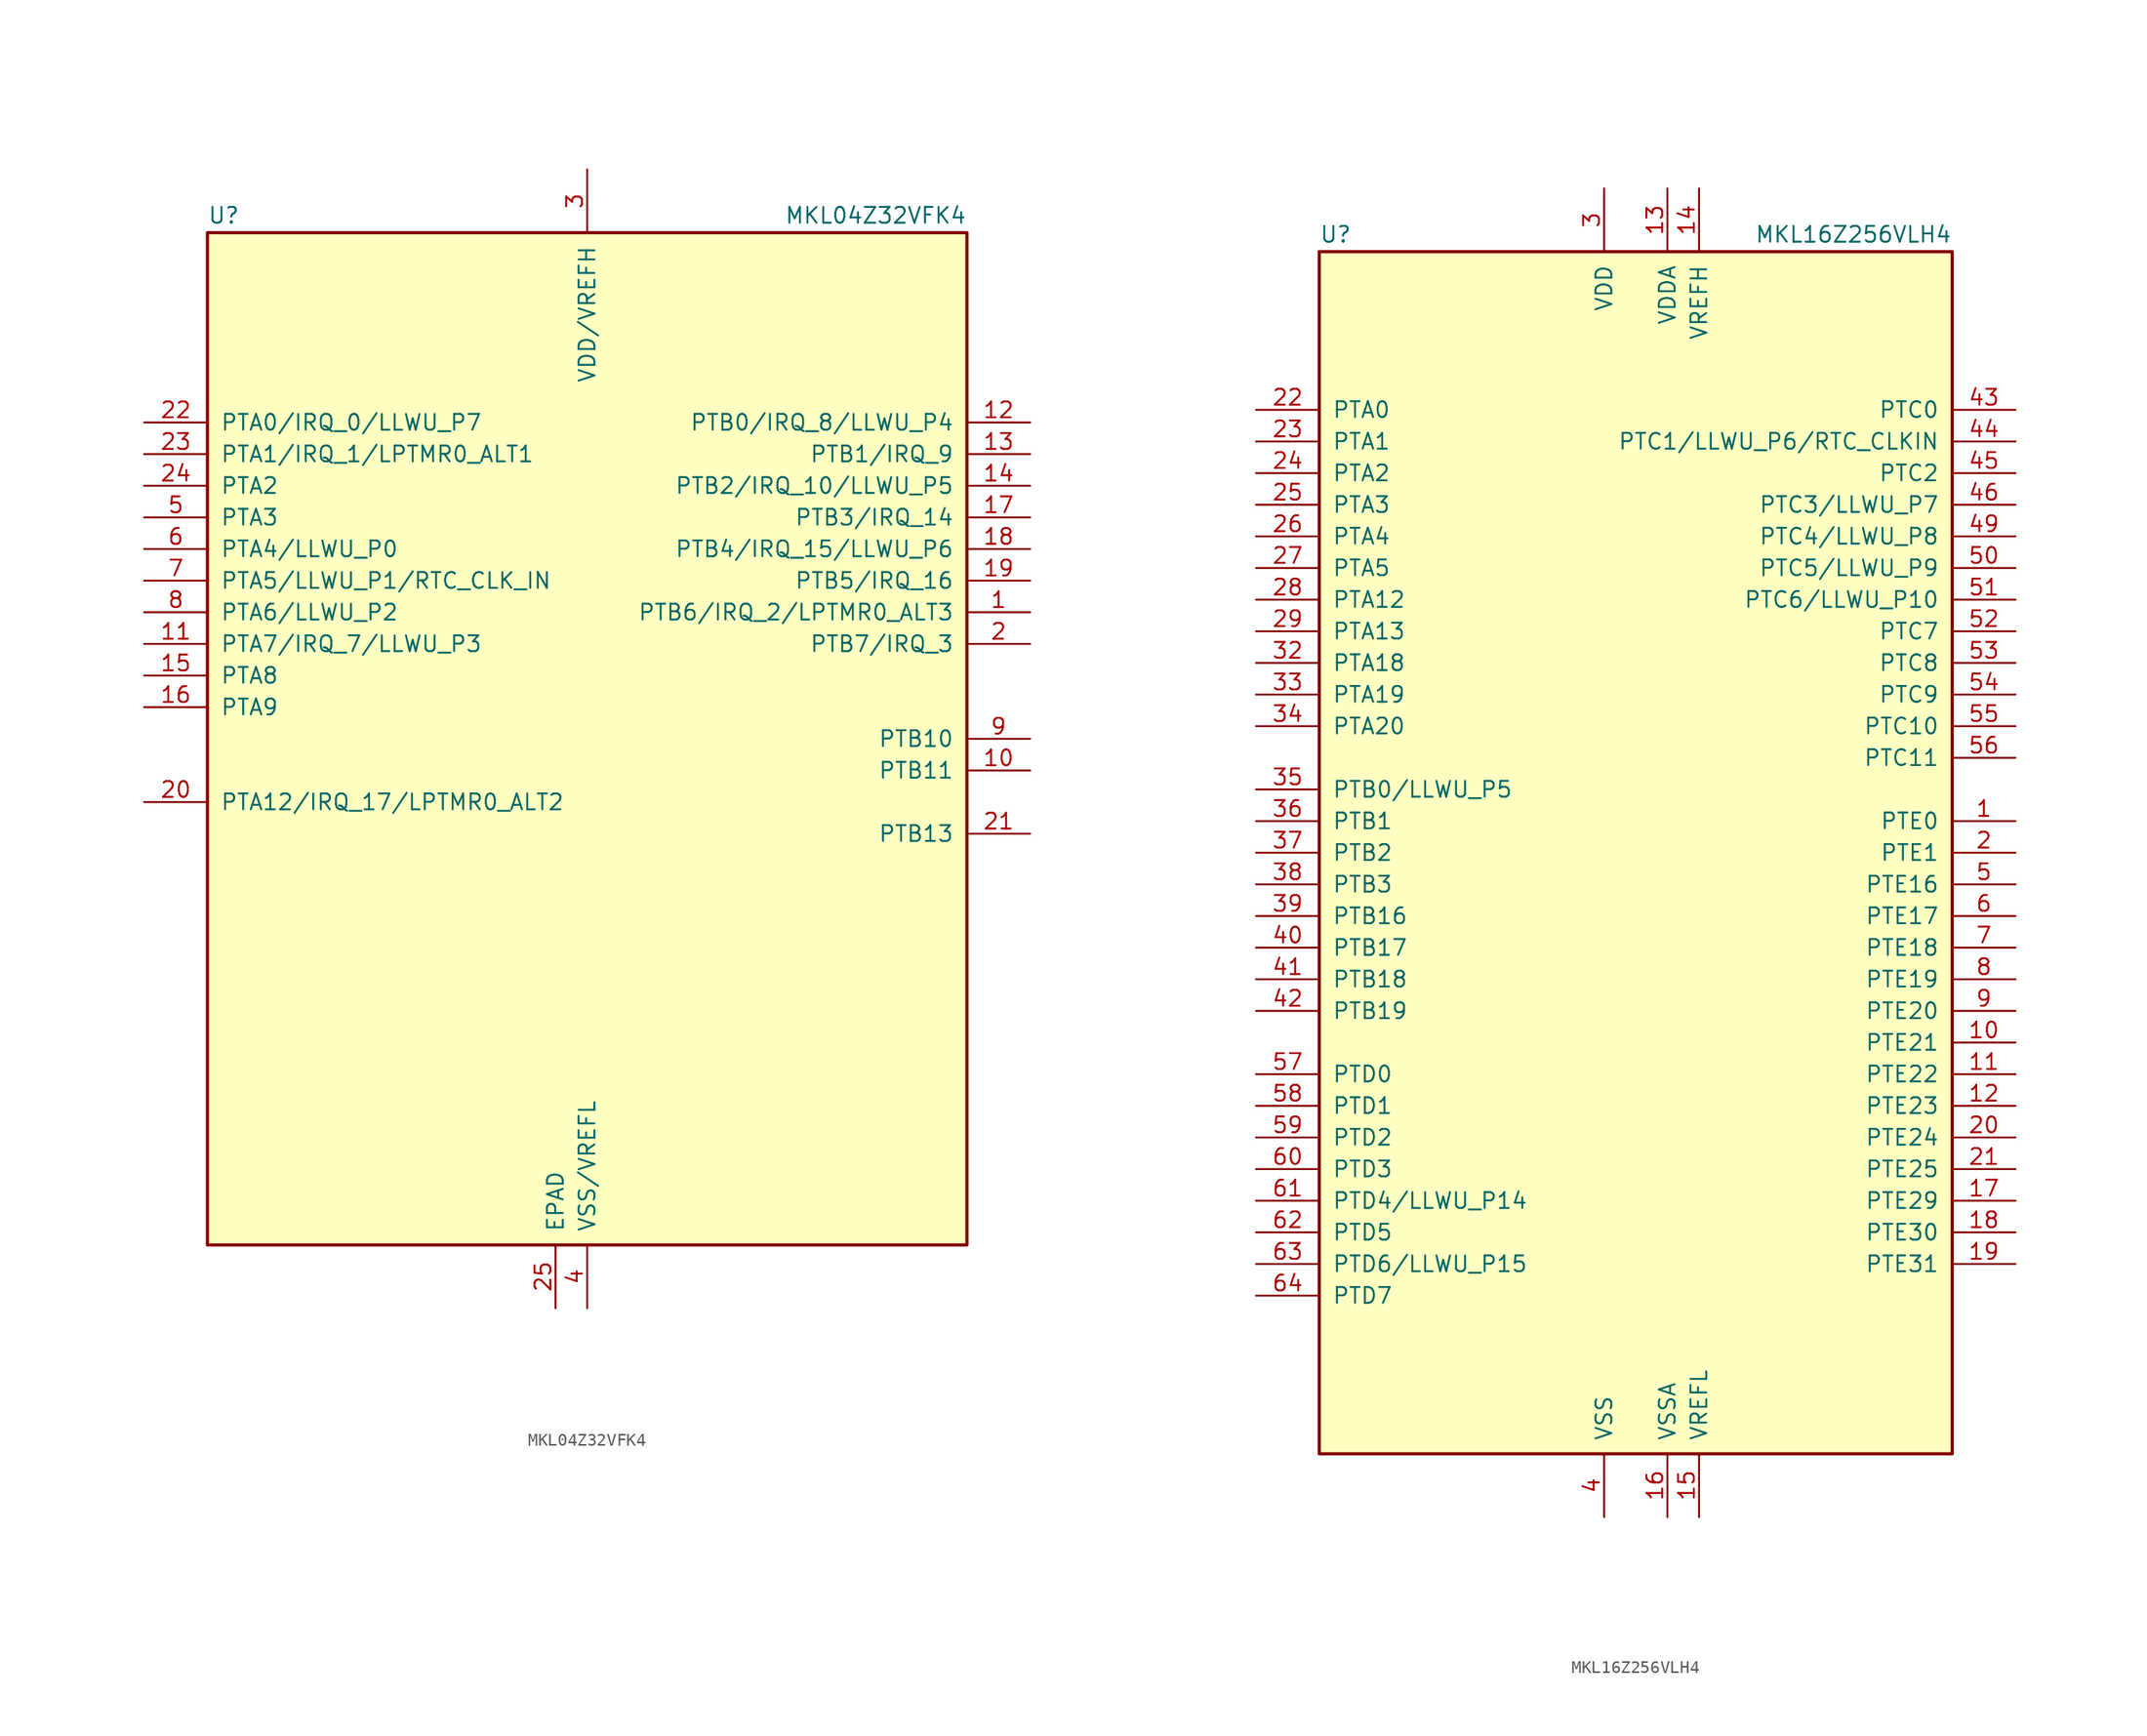
<source format=kicad_sym>
(kicad_symbol_lib
  (version 20211014)
  (generator kicad_symbol_editor)
  (symbol "MKL04Z32VFK4"
    (pin_names
      (offset 1.016))
    (property "Reference" "U"
      (at -30.48 41.275 0)
      (effects (font (size 1.27 1.27)) (justify left bottom)))
    (property "Value" "MKL04Z32VFK4"
      (at 30.48 41.275 0)
      (effects (font (size 1.27 1.27)) (justify right bottom)))
    (symbol "MKL04Z32VFK4_0_1"
      (rectangle (start -30.48 40.64) (end 30.48 -40.64) (stroke (width 0.254) (type default) (color 0 0 0 0)) (fill (type background))))
    (symbol "MKL04Z32VFK4_1_1"
      (pin bidirectional line (at 35.56 10.16 180) (length 5.08) (name "PTB6/IRQ_2/LPTMR0_ALT3" (effects (font (size 1.27 1.27)))) (number "1" (effects (font (size 1.27 1.27)))))
      (pin bidirectional line (at 35.56 -2.54 180) (length 5.08) (name "PTB11" (effects (font (size 1.27 1.27)))) (number "10" (effects (font (size 1.27 1.27)))))
      (pin bidirectional line (at -35.56 7.62 0) (length 5.08) (name "PTA7/IRQ_7/LLWU_P3" (effects (font (size 1.27 1.27)))) (number "11" (effects (font (size 1.27 1.27)))))
      (pin bidirectional line (at 35.56 25.4 180) (length 5.08) (name "PTB0/IRQ_8/LLWU_P4" (effects (font (size 1.27 1.27)))) (number "12" (effects (font (size 1.27 1.27)))))
      (pin bidirectional line (at 35.56 22.86 180) (length 5.08) (name "PTB1/IRQ_9" (effects (font (size 1.27 1.27)))) (number "13" (effects (font (size 1.27 1.27)))))
      (pin bidirectional line (at 35.56 20.32 180) (length 5.08) (name "PTB2/IRQ_10/LLWU_P5" (effects (font (size 1.27 1.27)))) (number "14" (effects (font (size 1.27 1.27)))))
      (pin bidirectional line (at -35.56 5.08 0) (length 5.08) (name "PTA8" (effects (font (size 1.27 1.27)))) (number "15" (effects (font (size 1.27 1.27)))))
      (pin bidirectional line (at -35.56 2.54 0) (length 5.08) (name "PTA9" (effects (font (size 1.27 1.27)))) (number "16" (effects (font (size 1.27 1.27)))))
      (pin bidirectional line (at 35.56 17.78 180) (length 5.08) (name "PTB3/IRQ_14" (effects (font (size 1.27 1.27)))) (number "17" (effects (font (size 1.27 1.27)))))
      (pin bidirectional line (at 35.56 15.24 180) (length 5.08) (name "PTB4/IRQ_15/LLWU_P6" (effects (font (size 1.27 1.27)))) (number "18" (effects (font (size 1.27 1.27)))))
      (pin bidirectional line (at 35.56 12.7 180) (length 5.08) (name "PTB5/IRQ_16" (effects (font (size 1.27 1.27)))) (number "19" (effects (font (size 1.27 1.27)))))
      (pin bidirectional line (at 35.56 7.62 180) (length 5.08) (name "PTB7/IRQ_3" (effects (font (size 1.27 1.27)))) (number "2" (effects (font (size 1.27 1.27)))))
      (pin bidirectional line (at -35.56 -5.08 0) (length 5.08) (name "PTA12/IRQ_17/LPTMR0_ALT2" (effects (font (size 1.27 1.27)))) (number "20" (effects (font (size 1.27 1.27)))))
      (pin bidirectional line (at 35.56 -7.62 180) (length 5.08) (name "PTB13" (effects (font (size 1.27 1.27)))) (number "21" (effects (font (size 1.27 1.27)))))
      (pin bidirectional line (at -35.56 25.4 0) (length 5.08) (name "PTA0/IRQ_0/LLWU_P7" (effects (font (size 1.27 1.27)))) (number "22" (effects (font (size 1.27 1.27)))))
      (pin bidirectional line (at -35.56 22.86 0) (length 5.08) (name "PTA1/IRQ_1/LPTMR0_ALT1" (effects (font (size 1.27 1.27)))) (number "23" (effects (font (size 1.27 1.27)))))
      (pin bidirectional line (at -35.56 20.32 0) (length 5.08) (name "PTA2" (effects (font (size 1.27 1.27)))) (number "24" (effects (font (size 1.27 1.27)))))
      (pin power_in line (at -2.54 -45.72 90) (length 5.08) (name "EPAD" (effects (font (size 1.27 1.27)))) (number "25" (effects (font (size 1.27 1.27)))))
      (pin power_in line (at 0 45.72 270) (length 5.08) (name "VDD/VREFH" (effects (font (size 1.27 1.27)))) (number "3" (effects (font (size 1.27 1.27)))))
      (pin power_in line (at 0 -45.72 90) (length 5.08) (name "VSS/VREFL" (effects (font (size 1.27 1.27)))) (number "4" (effects (font (size 1.27 1.27)))))
      (pin bidirectional line (at -35.56 17.78 0) (length 5.08) (name "PTA3" (effects (font (size 1.27 1.27)))) (number "5" (effects (font (size 1.27 1.27)))))
      (pin bidirectional line (at -35.56 15.24 0) (length 5.08) (name "PTA4/LLWU_P0" (effects (font (size 1.27 1.27)))) (number "6" (effects (font (size 1.27 1.27)))))
      (pin bidirectional line (at -35.56 12.7 0) (length 5.08) (name "PTA5/LLWU_P1/RTC_CLK_IN" (effects (font (size 1.27 1.27)))) (number "7" (effects (font (size 1.27 1.27)))))
      (pin bidirectional line (at -35.56 10.16 0) (length 5.08) (name "PTA6/LLWU_P2" (effects (font (size 1.27 1.27)))) (number "8" (effects (font (size 1.27 1.27)))))
      (pin bidirectional line (at 35.56 0 180) (length 5.08) (name "PTB10" (effects (font (size 1.27 1.27)))) (number "9" (effects (font (size 1.27 1.27)))))))
  (symbol "MKL16Z256VLH4"
    (pin_names
      (offset 1.016))
    (property "Reference" "U"
      (at -25.4 48.895 0)
      (effects (font (size 1.27 1.27)) (justify left bottom)))
    (property "Value" "MKL16Z256VLH4"
      (at 25.4 48.895 0)
      (effects (font (size 1.27 1.27)) (justify right bottom)))
    (symbol "MKL16Z256VLH4_0_1"
      (rectangle (start -25.4 48.26) (end 25.4 -48.26) (stroke (width 0.254) (type default) (color 0 0 0 0)) (fill (type background))))
    (symbol "MKL16Z256VLH4_1_1"
      (pin bidirectional line (at 30.48 2.54 180) (length 5.08) (name "PTE0" (effects (font (size 1.27 1.27)))) (number "1" (effects (font (size 1.27 1.27)))))
      (pin bidirectional line (at 30.48 -15.24 180) (length 5.08) (name "PTE21" (effects (font (size 1.27 1.27)))) (number "10" (effects (font (size 1.27 1.27)))))
      (pin bidirectional line (at 30.48 -17.78 180) (length 5.08) (name "PTE22" (effects (font (size 1.27 1.27)))) (number "11" (effects (font (size 1.27 1.27)))))
      (pin bidirectional line (at 30.48 -20.32 180) (length 5.08) (name "PTE23" (effects (font (size 1.27 1.27)))) (number "12" (effects (font (size 1.27 1.27)))))
      (pin power_in line (at 2.54 53.34 270) (length 5.08) (name "VDDA" (effects (font (size 1.27 1.27)))) (number "13" (effects (font (size 1.27 1.27)))))
      (pin power_in line (at 5.08 53.34 270) (length 5.08) (name "VREFH" (effects (font (size 1.27 1.27)))) (number "14" (effects (font (size 1.27 1.27)))))
      (pin power_in line (at 5.08 -53.34 90) (length 5.08) (name "VREFL" (effects (font (size 1.27 1.27)))) (number "15" (effects (font (size 1.27 1.27)))))
      (pin power_in line (at 2.54 -53.34 90) (length 5.08) (name "VSSA" (effects (font (size 1.27 1.27)))) (number "16" (effects (font (size 1.27 1.27)))))
      (pin bidirectional line (at 30.48 -27.94 180) (length 5.08) (name "PTE29" (effects (font (size 1.27 1.27)))) (number "17" (effects (font (size 1.27 1.27)))))
      (pin bidirectional line (at 30.48 -30.48 180) (length 5.08) (name "PTE30" (effects (font (size 1.27 1.27)))) (number "18" (effects (font (size 1.27 1.27)))))
      (pin bidirectional line (at 30.48 -33.02 180) (length 5.08) (name "PTE31" (effects (font (size 1.27 1.27)))) (number "19" (effects (font (size 1.27 1.27)))))
      (pin bidirectional line (at 30.48 0 180) (length 5.08) (name "PTE1" (effects (font (size 1.27 1.27)))) (number "2" (effects (font (size 1.27 1.27)))))
      (pin bidirectional line (at 30.48 -22.86 180) (length 5.08) (name "PTE24" (effects (font (size 1.27 1.27)))) (number "20" (effects (font (size 1.27 1.27)))))
      (pin bidirectional line (at 30.48 -25.4 180) (length 5.08) (name "PTE25" (effects (font (size 1.27 1.27)))) (number "21" (effects (font (size 1.27 1.27)))))
      (pin bidirectional line (at -30.48 35.56 0) (length 5.08) (name "PTA0" (effects (font (size 1.27 1.27)))) (number "22" (effects (font (size 1.27 1.27)))))
      (pin bidirectional line (at -30.48 33.02 0) (length 5.08) (name "PTA1" (effects (font (size 1.27 1.27)))) (number "23" (effects (font (size 1.27 1.27)))))
      (pin bidirectional line (at -30.48 30.48 0) (length 5.08) (name "PTA2" (effects (font (size 1.27 1.27)))) (number "24" (effects (font (size 1.27 1.27)))))
      (pin bidirectional line (at -30.48 27.94 0) (length 5.08) (name "PTA3" (effects (font (size 1.27 1.27)))) (number "25" (effects (font (size 1.27 1.27)))))
      (pin bidirectional line (at -30.48 25.4 0) (length 5.08) (name "PTA4" (effects (font (size 1.27 1.27)))) (number "26" (effects (font (size 1.27 1.27)))))
      (pin bidirectional line (at -30.48 22.86 0) (length 5.08) (name "PTA5" (effects (font (size 1.27 1.27)))) (number "27" (effects (font (size 1.27 1.27)))))
      (pin bidirectional line (at -30.48 20.32 0) (length 5.08) (name "PTA12" (effects (font (size 1.27 1.27)))) (number "28" (effects (font (size 1.27 1.27)))))
      (pin bidirectional line (at -30.48 17.78 0) (length 5.08) (name "PTA13" (effects (font (size 1.27 1.27)))) (number "29" (effects (font (size 1.27 1.27)))))
      (pin power_in line (at -2.54 53.34 270) (length 5.08) (name "VDD" (effects (font (size 1.27 1.27)))) (number "3" (effects (font (size 1.27 1.27)))))
      (pin passive line (at -2.54 53.34 270) (length 5.08) hide (name "VDD" (effects (font (size 1.27 1.27)))) (number "30" (effects (font (size 1.27 1.27)))))
      (pin passive line (at -2.54 -53.34 90) (length 5.08) hide (name "VSS" (effects (font (size 1.27 1.27)))) (number "31" (effects (font (size 1.27 1.27)))))
      (pin bidirectional line (at -30.48 15.24 0) (length 5.08) (name "PTA18" (effects (font (size 1.27 1.27)))) (number "32" (effects (font (size 1.27 1.27)))))
      (pin bidirectional line (at -30.48 12.7 0) (length 5.08) (name "PTA19" (effects (font (size 1.27 1.27)))) (number "33" (effects (font (size 1.27 1.27)))))
      (pin bidirectional line (at -30.48 10.16 0) (length 5.08) (name "PTA20" (effects (font (size 1.27 1.27)))) (number "34" (effects (font (size 1.27 1.27)))))
      (pin bidirectional line (at -30.48 5.08 0) (length 5.08) (name "PTB0/LLWU_P5" (effects (font (size 1.27 1.27)))) (number "35" (effects (font (size 1.27 1.27)))))
      (pin bidirectional line (at -30.48 2.54 0) (length 5.08) (name "PTB1" (effects (font (size 1.27 1.27)))) (number "36" (effects (font (size 1.27 1.27)))))
      (pin bidirectional line (at -30.48 0 0) (length 5.08) (name "PTB2" (effects (font (size 1.27 1.27)))) (number "37" (effects (font (size 1.27 1.27)))))
      (pin bidirectional line (at -30.48 -2.54 0) (length 5.08) (name "PTB3" (effects (font (size 1.27 1.27)))) (number "38" (effects (font (size 1.27 1.27)))))
      (pin bidirectional line (at -30.48 -5.08 0) (length 5.08) (name "PTB16" (effects (font (size 1.27 1.27)))) (number "39" (effects (font (size 1.27 1.27)))))
      (pin power_in line (at -2.54 -53.34 90) (length 5.08) (name "VSS" (effects (font (size 1.27 1.27)))) (number "4" (effects (font (size 1.27 1.27)))))
      (pin bidirectional line (at -30.48 -7.62 0) (length 5.08) (name "PTB17" (effects (font (size 1.27 1.27)))) (number "40" (effects (font (size 1.27 1.27)))))
      (pin bidirectional line (at -30.48 -10.16 0) (length 5.08) (name "PTB18" (effects (font (size 1.27 1.27)))) (number "41" (effects (font (size 1.27 1.27)))))
      (pin bidirectional line (at -30.48 -12.7 0) (length 5.08) (name "PTB19" (effects (font (size 1.27 1.27)))) (number "42" (effects (font (size 1.27 1.27)))))
      (pin bidirectional line (at 30.48 35.56 180) (length 5.08) (name "PTC0" (effects (font (size 1.27 1.27)))) (number "43" (effects (font (size 1.27 1.27)))))
      (pin bidirectional line (at 30.48 33.02 180) (length 5.08) (name "PTC1/LLWU_P6/RTC_CLKIN" (effects (font (size 1.27 1.27)))) (number "44" (effects (font (size 1.27 1.27)))))
      (pin bidirectional line (at 30.48 30.48 180) (length 5.08) (name "PTC2" (effects (font (size 1.27 1.27)))) (number "45" (effects (font (size 1.27 1.27)))))
      (pin bidirectional line (at 30.48 27.94 180) (length 5.08) (name "PTC3/LLWU_P7" (effects (font (size 1.27 1.27)))) (number "46" (effects (font (size 1.27 1.27)))))
      (pin passive line (at -2.54 -53.34 90) (length 5.08) hide (name "VSS" (effects (font (size 1.27 1.27)))) (number "47" (effects (font (size 1.27 1.27)))))
      (pin passive line (at -2.54 53.34 270) (length 5.08) hide (name "VDD" (effects (font (size 1.27 1.27)))) (number "48" (effects (font (size 1.27 1.27)))))
      (pin bidirectional line (at 30.48 25.4 180) (length 5.08) (name "PTC4/LLWU_P8" (effects (font (size 1.27 1.27)))) (number "49" (effects (font (size 1.27 1.27)))))
      (pin bidirectional line (at 30.48 -2.54 180) (length 5.08) (name "PTE16" (effects (font (size 1.27 1.27)))) (number "5" (effects (font (size 1.27 1.27)))))
      (pin bidirectional line (at 30.48 22.86 180) (length 5.08) (name "PTC5/LLWU_P9" (effects (font (size 1.27 1.27)))) (number "50" (effects (font (size 1.27 1.27)))))
      (pin bidirectional line (at 30.48 20.32 180) (length 5.08) (name "PTC6/LLWU_P10" (effects (font (size 1.27 1.27)))) (number "51" (effects (font (size 1.27 1.27)))))
      (pin bidirectional line (at 30.48 17.78 180) (length 5.08) (name "PTC7" (effects (font (size 1.27 1.27)))) (number "52" (effects (font (size 1.27 1.27)))))
      (pin bidirectional line (at 30.48 15.24 180) (length 5.08) (name "PTC8" (effects (font (size 1.27 1.27)))) (number "53" (effects (font (size 1.27 1.27)))))
      (pin bidirectional line (at 30.48 12.7 180) (length 5.08) (name "PTC9" (effects (font (size 1.27 1.27)))) (number "54" (effects (font (size 1.27 1.27)))))
      (pin bidirectional line (at 30.48 10.16 180) (length 5.08) (name "PTC10" (effects (font (size 1.27 1.27)))) (number "55" (effects (font (size 1.27 1.27)))))
      (pin bidirectional line (at 30.48 7.62 180) (length 5.08) (name "PTC11" (effects (font (size 1.27 1.27)))) (number "56" (effects (font (size 1.27 1.27)))))
      (pin bidirectional line (at -30.48 -17.78 0) (length 5.08) (name "PTD0" (effects (font (size 1.27 1.27)))) (number "57" (effects (font (size 1.27 1.27)))))
      (pin bidirectional line (at -30.48 -20.32 0) (length 5.08) (name "PTD1" (effects (font (size 1.27 1.27)))) (number "58" (effects (font (size 1.27 1.27)))))
      (pin bidirectional line (at -30.48 -22.86 0) (length 5.08) (name "PTD2" (effects (font (size 1.27 1.27)))) (number "59" (effects (font (size 1.27 1.27)))))
      (pin bidirectional line (at 30.48 -5.08 180) (length 5.08) (name "PTE17" (effects (font (size 1.27 1.27)))) (number "6" (effects (font (size 1.27 1.27)))))
      (pin bidirectional line (at -30.48 -25.4 0) (length 5.08) (name "PTD3" (effects (font (size 1.27 1.27)))) (number "60" (effects (font (size 1.27 1.27)))))
      (pin bidirectional line (at -30.48 -27.94 0) (length 5.08) (name "PTD4/LLWU_P14" (effects (font (size 1.27 1.27)))) (number "61" (effects (font (size 1.27 1.27)))))
      (pin bidirectional line (at -30.48 -30.48 0) (length 5.08) (name "PTD5" (effects (font (size 1.27 1.27)))) (number "62" (effects (font (size 1.27 1.27)))))
      (pin bidirectional line (at -30.48 -33.02 0) (length 5.08) (name "PTD6/LLWU_P15" (effects (font (size 1.27 1.27)))) (number "63" (effects (font (size 1.27 1.27)))))
      (pin bidirectional line (at -30.48 -35.56 0) (length 5.08) (name "PTD7" (effects (font (size 1.27 1.27)))) (number "64" (effects (font (size 1.27 1.27)))))
      (pin bidirectional line (at 30.48 -7.62 180) (length 5.08) (name "PTE18" (effects (font (size 1.27 1.27)))) (number "7" (effects (font (size 1.27 1.27)))))
      (pin bidirectional line (at 30.48 -10.16 180) (length 5.08) (name "PTE19" (effects (font (size 1.27 1.27)))) (number "8" (effects (font (size 1.27 1.27)))))
      (pin bidirectional line (at 30.48 -12.7 180) (length 5.08) (name "PTE20" (effects (font (size 1.27 1.27)))) (number "9" (effects (font (size 1.27 1.27))))))))
</source>
